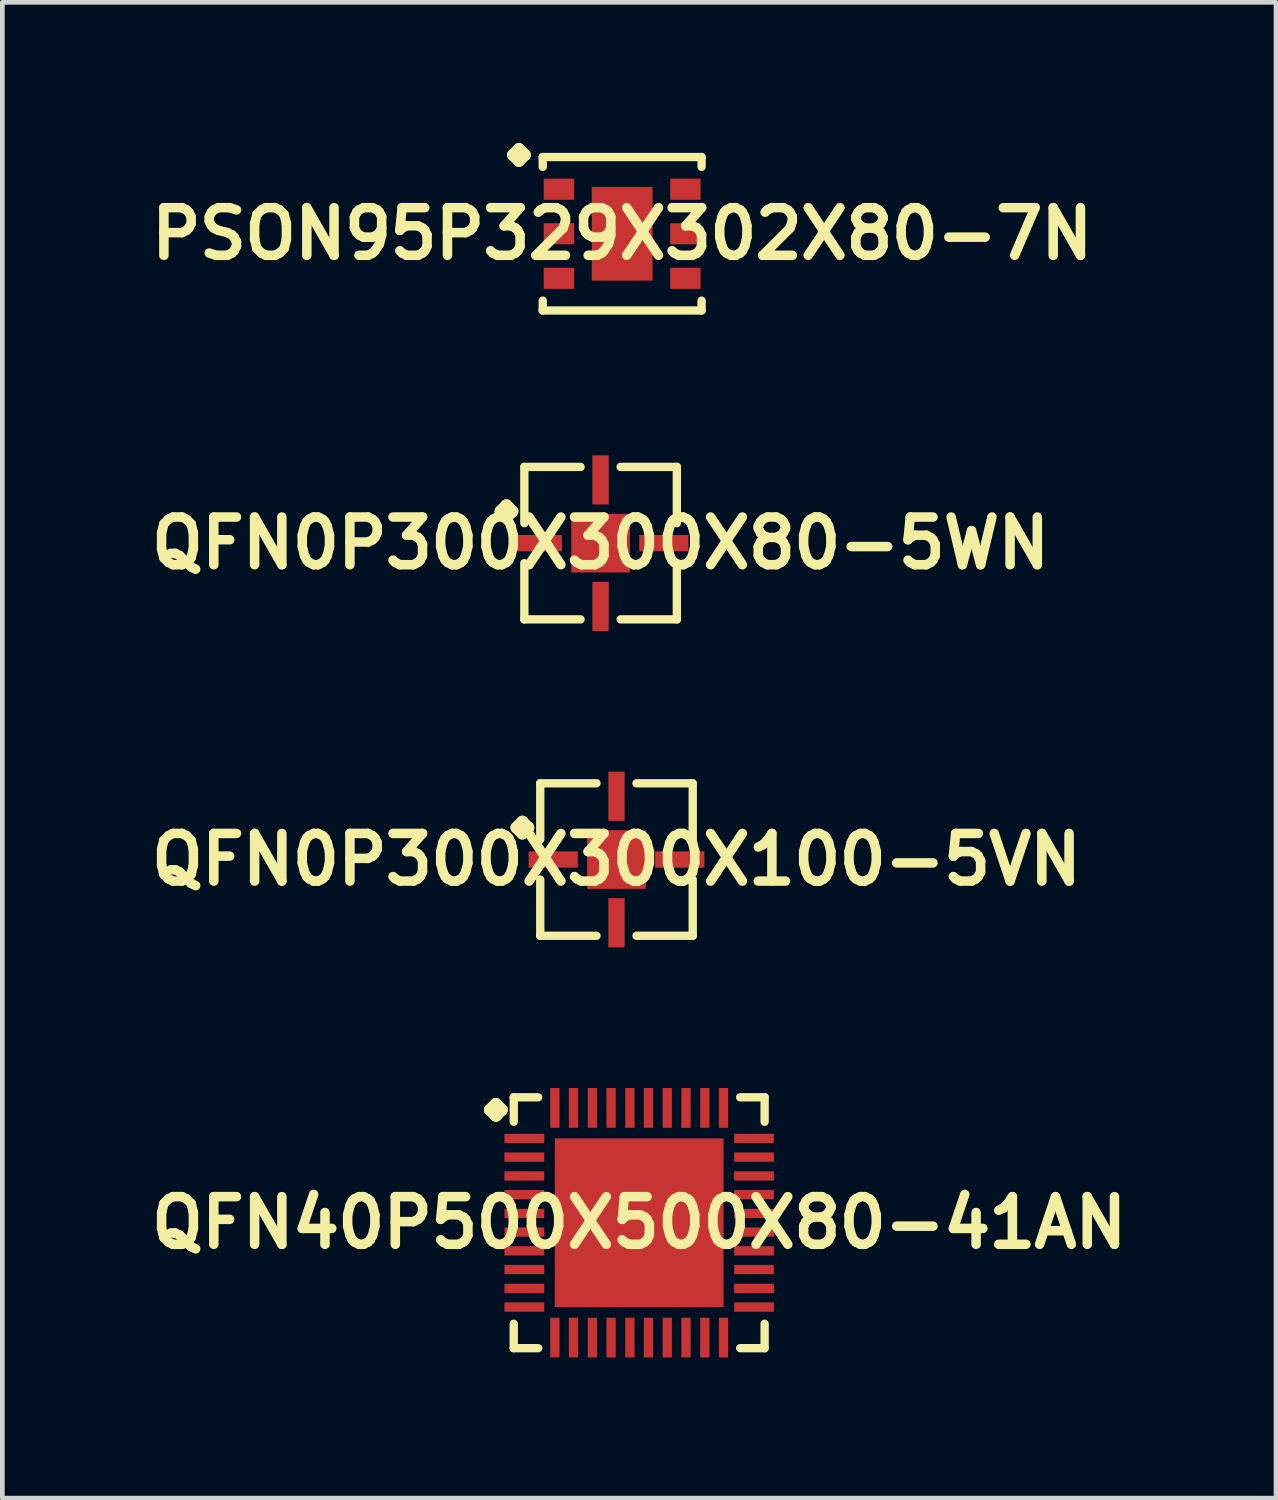
<source format=kicad_pcb>
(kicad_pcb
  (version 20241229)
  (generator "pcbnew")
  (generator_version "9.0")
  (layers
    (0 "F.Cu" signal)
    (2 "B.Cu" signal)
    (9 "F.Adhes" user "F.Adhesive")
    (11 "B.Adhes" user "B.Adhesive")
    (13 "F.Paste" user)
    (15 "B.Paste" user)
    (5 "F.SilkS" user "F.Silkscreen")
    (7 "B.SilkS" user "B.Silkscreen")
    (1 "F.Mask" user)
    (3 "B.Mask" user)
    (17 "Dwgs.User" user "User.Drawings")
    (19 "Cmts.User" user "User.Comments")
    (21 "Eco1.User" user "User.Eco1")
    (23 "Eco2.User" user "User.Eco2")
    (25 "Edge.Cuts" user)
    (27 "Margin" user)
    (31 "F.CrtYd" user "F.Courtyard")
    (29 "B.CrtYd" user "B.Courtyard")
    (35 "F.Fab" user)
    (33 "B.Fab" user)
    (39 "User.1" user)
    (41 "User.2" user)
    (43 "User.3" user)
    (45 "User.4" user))
  (footprint "QFN0P300X300X80-5WN"
    (layer "F.Cu")
    (at 9.758 8.533)
    (property "Reference" "QFN0P300X300X80-5WN" (at 0 0 0) (layer "F.SilkS") (effects (font (size 1.016 1.016) (thickness 0.203))))
    (attr smd)
    (fp_line (start -2.134 -0.681) (end -2.007 -0.808) (stroke (width 0.254) (type solid)) (layer "F.SilkS"))
    (fp_line (start -2.007 -0.808) (end -1.88 -0.681) (stroke (width 0.254) (type solid)) (layer "F.SilkS"))
    (fp_line (start -2.007 -0.554) (end -2.134 -0.681) (stroke (width 0.254) (type solid)) (layer "F.SilkS"))
    (fp_line (start -1.88 -0.681) (end -2.007 -0.554) (stroke (width 0.254) (type solid)) (layer "F.SilkS"))
    (fp_line (start -1.626 -1.626) (end -0.427 -1.626) (stroke (width 0.178) (type solid)) (layer "F.SilkS"))
    (fp_line (start -1.626 -0.427) (end -1.626 -1.626) (stroke (width 0.178) (type solid)) (layer "F.SilkS"))
    (fp_line (start -1.626 0.427) (end -1.626 1.626) (stroke (width 0.178) (type solid)) (layer "F.SilkS"))
    (fp_line (start -1.626 1.626) (end -0.427 1.626) (stroke (width 0.178) (type solid)) (layer "F.SilkS"))
    (fp_line (start 0.427 -1.626) (end 1.626 -1.626) (stroke (width 0.178) (type solid)) (layer "F.SilkS"))
    (fp_line (start 0.427 1.626) (end 1.626 1.626) (stroke (width 0.178) (type solid)) (layer "F.SilkS"))
    (fp_line (start 1.626 -1.626) (end 1.626 -0.427) (stroke (width 0.178) (type solid)) (layer "F.SilkS"))
    (fp_line (start 1.626 1.626) (end 1.626 0.427) (stroke (width 0.178) (type solid)) (layer "F.SilkS"))
    (pad "1" smd rect (at -1.349 0) (size 1.049 0.348) (layers "F.Cu" "F.Mask" "F.Paste"))
    (pad "2" smd rect (at 0 1.349) (size 0.348 1.049) (layers "F.Cu" "F.Mask" "F.Paste"))
    (pad "3" smd rect (at 1.349 0) (size 1.049 0.348) (layers "F.Cu" "F.Mask" "F.Paste"))
    (pad "4" smd rect (at 0 -1.349) (size 0.348 1.049) (layers "F.Cu" "F.Mask" "F.Paste"))
    (pad "5" smd rect (at 0 0) (size 1.25 1.25) (layers "F.Cu" "F.Mask" "F.Paste")))
  (footprint "PSON95P329X302X80-7N"
    (layer "F.Cu")
    (at 10.218 1.935)
    (property "Reference" "PSON95P329X302X80-7N" (at 0 0 0) (layer "F.SilkS") (effects (font (size 1.016 1.016) (thickness 0.203))))
    (attr smd)
    (fp_line (start -2.329 -1.681) (end -2.202 -1.808) (stroke (width 0.254) (type solid)) (layer "F.SilkS"))
    (fp_line (start -2.202 -1.808) (end -2.075 -1.681) (stroke (width 0.254) (type solid)) (layer "F.SilkS"))
    (fp_line (start -2.202 -1.554) (end -2.329 -1.681) (stroke (width 0.254) (type solid)) (layer "F.SilkS"))
    (fp_line (start -2.075 -1.681) (end -2.202 -1.554) (stroke (width 0.254) (type solid)) (layer "F.SilkS"))
    (fp_line (start -1.694 -1.636) (end 1.694 -1.636) (stroke (width 0.178) (type solid)) (layer "F.SilkS"))
    (fp_line (start -1.694 -1.427) (end -1.694 -1.636) (stroke (width 0.178) (type solid)) (layer "F.SilkS"))
    (fp_line (start -1.694 1.427) (end -1.694 1.636) (stroke (width 0.178) (type solid)) (layer "F.SilkS"))
    (fp_line (start -1.694 1.636) (end 1.694 1.636) (stroke (width 0.178) (type solid)) (layer "F.SilkS"))
    (fp_line (start 1.694 -1.636) (end 1.694 -1.427) (stroke (width 0.178) (type solid)) (layer "F.SilkS"))
    (fp_line (start 1.694 1.636) (end 1.694 1.427) (stroke (width 0.178) (type solid)) (layer "F.SilkS"))
    (pad "1" smd rect (at -1.349 -0.95) (size 0.648 0.45) (layers "F.Cu" "F.Mask" "F.Paste"))
    (pad "2" smd rect (at -1.349 0) (size 0.648 0.45) (layers "F.Cu" "F.Mask" "F.Paste"))
    (pad "3" smd rect (at -1.349 0.95) (size 0.648 0.45) (layers "F.Cu" "F.Mask" "F.Paste"))
    (pad "4" smd rect (at 1.349 0.95) (size 0.648 0.45) (layers "F.Cu" "F.Mask" "F.Paste"))
    (pad "5" smd rect (at 1.349 0) (size 0.648 0.45) (layers "F.Cu" "F.Mask" "F.Paste"))
    (pad "6" smd rect (at 1.349 -0.95) (size 0.648 0.45) (layers "F.Cu" "F.Mask" "F.Paste"))
    (pad "7" smd rect (at 0 0) (size 1.298 1.999) (layers "F.Cu" "F.Mask" "F.Paste")))
  (footprint "QFN0P300X300X100-5VN"
    (layer "F.Cu")
    (at 10.097 15.28)
    (property "Reference" "QFN0P300X300X100-5VN" (at 0 0 0) (layer "F.SilkS") (effects (font (size 1.016 1.016) (thickness 0.203))))
    (attr smd)
    (fp_line (start -2.134 -0.681) (end -2.007 -0.808) (stroke (width 0.254) (type solid)) (layer "F.SilkS"))
    (fp_line (start -2.007 -0.808) (end -1.88 -0.681) (stroke (width 0.254) (type solid)) (layer "F.SilkS"))
    (fp_line (start -2.007 -0.554) (end -2.134 -0.681) (stroke (width 0.254) (type solid)) (layer "F.SilkS"))
    (fp_line (start -1.88 -0.681) (end -2.007 -0.554) (stroke (width 0.254) (type solid)) (layer "F.SilkS"))
    (fp_line (start -1.626 -1.626) (end -0.427 -1.626) (stroke (width 0.178) (type solid)) (layer "F.SilkS"))
    (fp_line (start -1.626 -0.427) (end -1.626 -1.626) (stroke (width 0.178) (type solid)) (layer "F.SilkS"))
    (fp_line (start -1.626 0.427) (end -1.626 1.626) (stroke (width 0.178) (type solid)) (layer "F.SilkS"))
    (fp_line (start -1.626 1.626) (end -0.427 1.626) (stroke (width 0.178) (type solid)) (layer "F.SilkS"))
    (fp_line (start 0.427 -1.626) (end 1.626 -1.626) (stroke (width 0.178) (type solid)) (layer "F.SilkS"))
    (fp_line (start 0.427 1.626) (end 1.626 1.626) (stroke (width 0.178) (type solid)) (layer "F.SilkS"))
    (fp_line (start 1.626 -1.626) (end 1.626 -0.427) (stroke (width 0.178) (type solid)) (layer "F.SilkS"))
    (fp_line (start 1.626 1.626) (end 1.626 0.427) (stroke (width 0.178) (type solid)) (layer "F.SilkS"))
    (pad "1" smd rect (at -1.349 0) (size 1.049 0.348) (layers "F.Cu" "F.Mask" "F.Paste"))
    (pad "2" smd rect (at 0 1.349) (size 0.348 1.049) (layers "F.Cu" "F.Mask" "F.Paste"))
    (pad "3" smd rect (at 1.349 0) (size 1.049 0.348) (layers "F.Cu" "F.Mask" "F.Paste"))
    (pad "4" smd rect (at 0 -1.349) (size 0.348 1.049) (layers "F.Cu" "F.Mask" "F.Paste"))
    (pad "5" smd rect (at 0 0) (size 1.25 1.25) (layers "F.Cu" "F.Mask" "F.Paste")))
  (footprint "QFN40P500X500X80-41AN"
    (layer "F.Cu")
    (at 10.581 23.026)
    (property "Reference" "QFN40P500X500X80-41AN" (at 0 0 0) (layer "F.SilkS") (effects (font (size 1.016 1.016) (thickness 0.203))))
    (attr smd)
    (fp_line (start -3.183 -2.408) (end -3.056 -2.535) (stroke (width 0.254) (type solid)) (layer "F.SilkS"))
    (fp_line (start -3.056 -2.535) (end -2.929 -2.408) (stroke (width 0.254) (type solid)) (layer "F.SilkS"))
    (fp_line (start -3.056 -2.281) (end -3.183 -2.408) (stroke (width 0.254) (type solid)) (layer "F.SilkS"))
    (fp_line (start -2.929 -2.408) (end -3.056 -2.281) (stroke (width 0.254) (type solid)) (layer "F.SilkS"))
    (fp_line (start -2.675 -2.675) (end -2.154 -2.675) (stroke (width 0.178) (type solid)) (layer "F.SilkS"))
    (fp_line (start -2.675 -2.154) (end -2.675 -2.675) (stroke (width 0.178) (type solid)) (layer "F.SilkS"))
    (fp_line (start -2.675 2.154) (end -2.675 2.675) (stroke (width 0.178) (type solid)) (layer "F.SilkS"))
    (fp_line (start -2.675 2.675) (end -2.154 2.675) (stroke (width 0.178) (type solid)) (layer "F.SilkS"))
    (fp_line (start 2.154 -2.675) (end 2.675 -2.675) (stroke (width 0.178) (type solid)) (layer "F.SilkS"))
    (fp_line (start 2.154 2.675) (end 2.675 2.675) (stroke (width 0.178) (type solid)) (layer "F.SilkS"))
    (fp_line (start 2.675 -2.675) (end 2.675 -2.154) (stroke (width 0.178) (type solid)) (layer "F.SilkS"))
    (fp_line (start 2.675 2.675) (end 2.675 2.154) (stroke (width 0.178) (type solid)) (layer "F.SilkS"))
    (pad "1" smd rect (at -2.449 -1.798) (size 0.848 0.198) (layers "F.Cu" "F.Mask" "F.Paste"))
    (pad "2" smd rect (at -2.449 -1.4) (size 0.848 0.198) (layers "F.Cu" "F.Mask" "F.Paste"))
    (pad "3" smd rect (at -2.449 -0.998) (size 0.848 0.198) (layers "F.Cu" "F.Mask" "F.Paste"))
    (pad "4" smd rect (at -2.449 -0.599) (size 0.848 0.198) (layers "F.Cu" "F.Mask" "F.Paste"))
    (pad "5" smd rect (at -2.449 -0.198) (size 0.848 0.198) (layers "F.Cu" "F.Mask" "F.Paste"))
    (pad "6" smd rect (at -2.449 0.198) (size 0.848 0.198) (layers "F.Cu" "F.Mask" "F.Paste"))
    (pad "7" smd rect (at -2.449 0.599) (size 0.848 0.198) (layers "F.Cu" "F.Mask" "F.Paste"))
    (pad "8" smd rect (at -2.449 0.998) (size 0.848 0.198) (layers "F.Cu" "F.Mask" "F.Paste"))
    (pad "9" smd rect (at -2.449 1.4) (size 0.848 0.198) (layers "F.Cu" "F.Mask" "F.Paste"))
    (pad "10" smd rect (at -2.449 1.798) (size 0.848 0.198) (layers "F.Cu" "F.Mask" "F.Paste"))
    (pad "11" smd rect (at -1.798 2.449) (size 0.198 0.848) (layers "F.Cu" "F.Mask" "F.Paste"))
    (pad "12" smd rect (at -1.4 2.449) (size 0.198 0.848) (layers "F.Cu" "F.Mask" "F.Paste"))
    (pad "13" smd rect (at -0.998 2.449) (size 0.198 0.848) (layers "F.Cu" "F.Mask" "F.Paste"))
    (pad "14" smd rect (at -0.599 2.449) (size 0.198 0.848) (layers "F.Cu" "F.Mask" "F.Paste"))
    (pad "15" smd rect (at -0.198 2.449) (size 0.198 0.848) (layers "F.Cu" "F.Mask" "F.Paste"))
    (pad "16" smd rect (at 0.198 2.449) (size 0.198 0.848) (layers "F.Cu" "F.Mask" "F.Paste"))
    (pad "17" smd rect (at 0.599 2.449) (size 0.198 0.848) (layers "F.Cu" "F.Mask" "F.Paste"))
    (pad "18" smd rect (at 0.998 2.449) (size 0.198 0.848) (layers "F.Cu" "F.Mask" "F.Paste"))
    (pad "19" smd rect (at 1.4 2.449) (size 0.198 0.848) (layers "F.Cu" "F.Mask" "F.Paste"))
    (pad "20" smd rect (at 1.798 2.449) (size 0.198 0.848) (layers "F.Cu" "F.Mask" "F.Paste"))
    (pad "21" smd rect (at 2.449 1.798) (size 0.848 0.198) (layers "F.Cu" "F.Mask" "F.Paste"))
    (pad "22" smd rect (at 2.449 1.4) (size 0.848 0.198) (layers "F.Cu" "F.Mask" "F.Paste"))
    (pad "23" smd rect (at 2.449 0.998) (size 0.848 0.198) (layers "F.Cu" "F.Mask" "F.Paste"))
    (pad "24" smd rect (at 2.449 0.599) (size 0.848 0.198) (layers "F.Cu" "F.Mask" "F.Paste"))
    (pad "25" smd rect (at 2.449 0.198) (size 0.848 0.198) (layers "F.Cu" "F.Mask" "F.Paste"))
    (pad "26" smd rect (at 2.449 -0.198) (size 0.848 0.198) (layers "F.Cu" "F.Mask" "F.Paste"))
    (pad "27" smd rect (at 2.449 -0.599) (size 0.848 0.198) (layers "F.Cu" "F.Mask" "F.Paste"))
    (pad "28" smd rect (at 2.449 -0.998) (size 0.848 0.198) (layers "F.Cu" "F.Mask" "F.Paste"))
    (pad "29" smd rect (at 2.449 -1.4) (size 0.848 0.198) (layers "F.Cu" "F.Mask" "F.Paste"))
    (pad "30" smd rect (at 2.449 -1.798) (size 0.848 0.198) (layers "F.Cu" "F.Mask" "F.Paste"))
    (pad "31" smd rect (at 1.798 -2.449) (size 0.198 0.848) (layers "F.Cu" "F.Mask" "F.Paste"))
    (pad "32" smd rect (at 1.4 -2.449) (size 0.198 0.848) (layers "F.Cu" "F.Mask" "F.Paste"))
    (pad "33" smd rect (at 0.998 -2.449) (size 0.198 0.848) (layers "F.Cu" "F.Mask" "F.Paste"))
    (pad "34" smd rect (at 0.599 -2.449) (size 0.198 0.848) (layers "F.Cu" "F.Mask" "F.Paste"))
    (pad "35" smd rect (at 0.198 -2.449) (size 0.198 0.848) (layers "F.Cu" "F.Mask" "F.Paste"))
    (pad "36" smd rect (at -0.198 -2.449) (size 0.198 0.848) (layers "F.Cu" "F.Mask" "F.Paste"))
    (pad "37" smd rect (at -0.599 -2.449) (size 0.198 0.848) (layers "F.Cu" "F.Mask" "F.Paste"))
    (pad "38" smd rect (at -0.998 -2.449) (size 0.198 0.848) (layers "F.Cu" "F.Mask" "F.Paste"))
    (pad "39" smd rect (at -1.4 -2.449) (size 0.198 0.848) (layers "F.Cu" "F.Mask" "F.Paste"))
    (pad "40" smd rect (at -1.798 -2.449) (size 0.198 0.848) (layers "F.Cu" "F.Mask" "F.Paste"))
    (pad "41" smd rect (at 0 0) (size 3.599 3.599) (layers "F.Cu" "F.Mask" "F.Paste")))
  (gr_rect
    (start -3 -3)
    (end 24.162 28.899)
    (stroke (width 0.1) (type default))
    (fill no)
    (layer "Edge.Cuts")))
</source>
